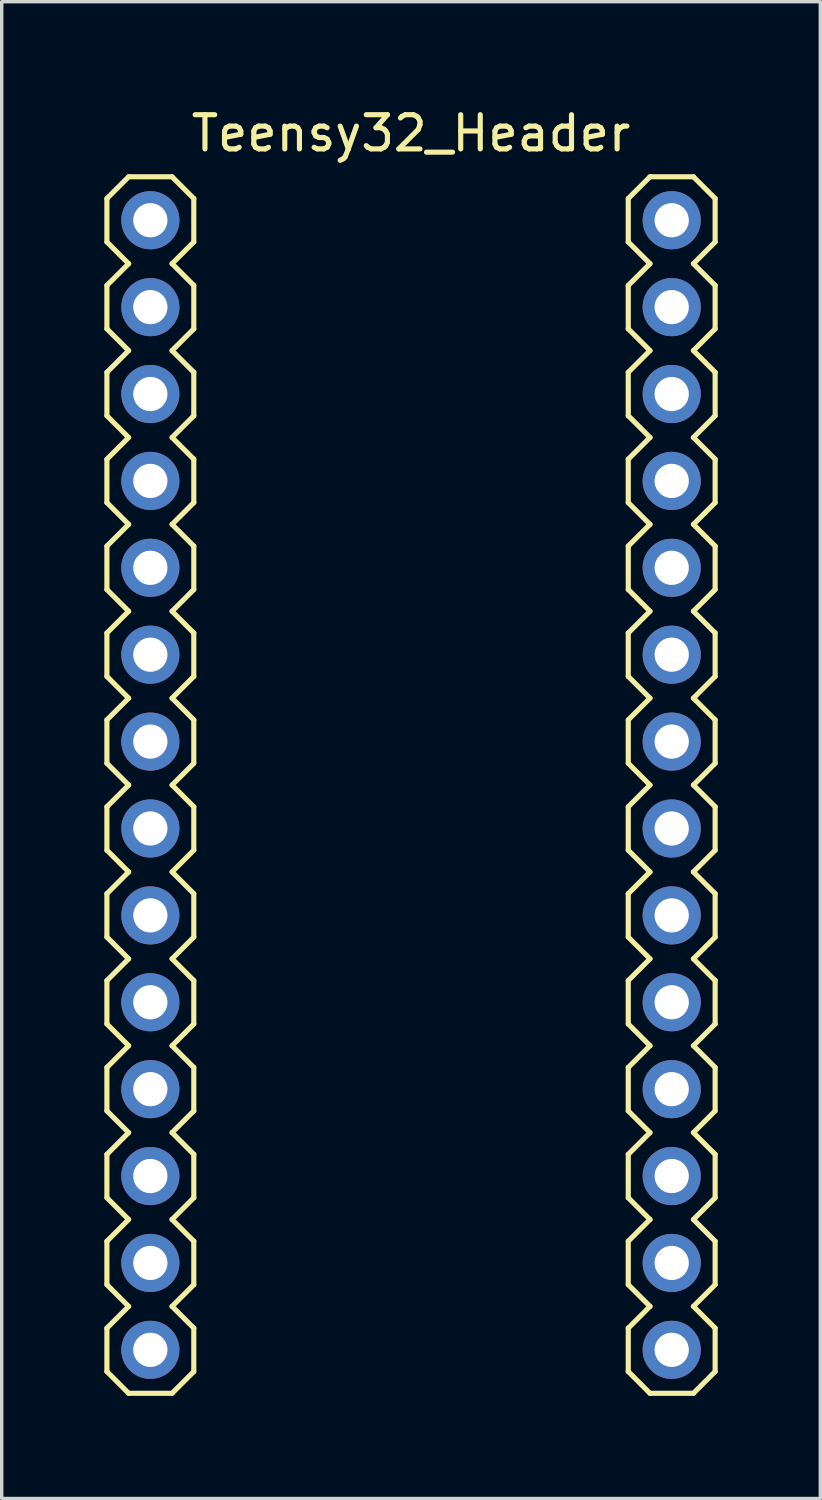
<source format=kicad_pcb>
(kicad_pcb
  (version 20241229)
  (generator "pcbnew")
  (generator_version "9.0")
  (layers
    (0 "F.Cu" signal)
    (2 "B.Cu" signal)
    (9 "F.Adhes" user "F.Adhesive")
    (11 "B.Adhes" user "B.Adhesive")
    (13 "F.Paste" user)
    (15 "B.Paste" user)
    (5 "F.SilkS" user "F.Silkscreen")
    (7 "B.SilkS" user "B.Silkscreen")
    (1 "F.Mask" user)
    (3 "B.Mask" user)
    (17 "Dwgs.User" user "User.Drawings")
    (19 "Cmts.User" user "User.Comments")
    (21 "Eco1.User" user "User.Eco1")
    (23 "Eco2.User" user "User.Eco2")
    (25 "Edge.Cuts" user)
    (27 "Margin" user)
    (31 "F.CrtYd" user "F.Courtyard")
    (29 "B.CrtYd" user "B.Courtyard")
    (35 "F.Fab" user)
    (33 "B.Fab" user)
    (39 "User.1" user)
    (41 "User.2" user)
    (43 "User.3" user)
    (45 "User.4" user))
  (footprint "Teensy32_Header"
    (layer "F.Cu")
    (at 8.965 3.388)
    (property "Reference" "Teensy32_Header" (at 0 -2.54 0) (layer "F.SilkS") (effects (font (size 1 1) (thickness 0.15))))
    (attr through_hole)
    (fp_line (start -8.89 -0.635) (end -8.89 0.635) (stroke (width 0.15) (type solid)) (layer "F.SilkS"))
    (fp_line (start -8.89 0.635) (end -8.255 1.27) (stroke (width 0.15) (type solid)) (layer "F.SilkS"))
    (fp_line (start -8.89 1.905) (end -8.89 3.175) (stroke (width 0.15) (type solid)) (layer "F.SilkS"))
    (fp_line (start -8.89 3.175) (end -8.255 3.81) (stroke (width 0.15) (type solid)) (layer "F.SilkS"))
    (fp_line (start -8.89 4.445) (end -8.89 5.715) (stroke (width 0.15) (type solid)) (layer "F.SilkS"))
    (fp_line (start -8.89 5.715) (end -8.255 6.35) (stroke (width 0.15) (type solid)) (layer "F.SilkS"))
    (fp_line (start -8.89 6.985) (end -8.89 8.255) (stroke (width 0.15) (type solid)) (layer "F.SilkS"))
    (fp_line (start -8.89 8.255) (end -8.255 8.89) (stroke (width 0.15) (type solid)) (layer "F.SilkS"))
    (fp_line (start -8.89 9.525) (end -8.89 10.795) (stroke (width 0.15) (type solid)) (layer "F.SilkS"))
    (fp_line (start -8.89 10.795) (end -8.255 11.43) (stroke (width 0.15) (type solid)) (layer "F.SilkS"))
    (fp_line (start -8.89 12.065) (end -8.89 13.335) (stroke (width 0.15) (type solid)) (layer "F.SilkS"))
    (fp_line (start -8.89 13.335) (end -8.255 13.97) (stroke (width 0.15) (type solid)) (layer "F.SilkS"))
    (fp_line (start -8.89 14.605) (end -8.89 15.875) (stroke (width 0.15) (type solid)) (layer "F.SilkS"))
    (fp_line (start -8.89 15.875) (end -8.255 16.51) (stroke (width 0.15) (type solid)) (layer "F.SilkS"))
    (fp_line (start -8.89 17.145) (end -8.89 18.415) (stroke (width 0.15) (type solid)) (layer "F.SilkS"))
    (fp_line (start -8.89 18.415) (end -8.255 19.05) (stroke (width 0.15) (type solid)) (layer "F.SilkS"))
    (fp_line (start -8.89 19.685) (end -8.89 20.955) (stroke (width 0.15) (type solid)) (layer "F.SilkS"))
    (fp_line (start -8.89 20.955) (end -8.255 21.59) (stroke (width 0.15) (type solid)) (layer "F.SilkS"))
    (fp_line (start -8.89 22.225) (end -8.89 23.495) (stroke (width 0.15) (type solid)) (layer "F.SilkS"))
    (fp_line (start -8.89 23.495) (end -8.255 24.13) (stroke (width 0.15) (type solid)) (layer "F.SilkS"))
    (fp_line (start -8.89 24.765) (end -8.89 26.035) (stroke (width 0.15) (type solid)) (layer "F.SilkS"))
    (fp_line (start -8.89 26.035) (end -8.255 26.67) (stroke (width 0.15) (type solid)) (layer "F.SilkS"))
    (fp_line (start -8.89 27.305) (end -8.89 28.575) (stroke (width 0.15) (type solid)) (layer "F.SilkS"))
    (fp_line (start -8.89 28.575) (end -8.255 29.21) (stroke (width 0.15) (type solid)) (layer "F.SilkS"))
    (fp_line (start -8.89 29.845) (end -8.89 31.115) (stroke (width 0.15) (type solid)) (layer "F.SilkS"))
    (fp_line (start -8.89 31.115) (end -8.255 31.75) (stroke (width 0.15) (type solid)) (layer "F.SilkS"))
    (fp_line (start -8.89 32.385) (end -8.89 33.655) (stroke (width 0.15) (type solid)) (layer "F.SilkS"))
    (fp_line (start -8.89 33.655) (end -8.255 34.29) (stroke (width 0.15) (type solid)) (layer "F.SilkS"))
    (fp_line (start -8.255 -1.27) (end -8.89 -0.635) (stroke (width 0.15) (type solid)) (layer "F.SilkS"))
    (fp_line (start -8.255 1.27) (end -8.89 1.905) (stroke (width 0.15) (type solid)) (layer "F.SilkS"))
    (fp_line (start -8.255 3.81) (end -8.89 4.445) (stroke (width 0.15) (type solid)) (layer "F.SilkS"))
    (fp_line (start -8.255 6.35) (end -8.89 6.985) (stroke (width 0.15) (type solid)) (layer "F.SilkS"))
    (fp_line (start -8.255 8.89) (end -8.89 9.525) (stroke (width 0.15) (type solid)) (layer "F.SilkS"))
    (fp_line (start -8.255 11.43) (end -8.89 12.065) (stroke (width 0.15) (type solid)) (layer "F.SilkS"))
    (fp_line (start -8.255 13.97) (end -8.89 14.605) (stroke (width 0.15) (type solid)) (layer "F.SilkS"))
    (fp_line (start -8.255 16.51) (end -8.89 17.145) (stroke (width 0.15) (type solid)) (layer "F.SilkS"))
    (fp_line (start -8.255 19.05) (end -8.89 19.685) (stroke (width 0.15) (type solid)) (layer "F.SilkS"))
    (fp_line (start -8.255 21.59) (end -8.89 22.225) (stroke (width 0.15) (type solid)) (layer "F.SilkS"))
    (fp_line (start -8.255 24.13) (end -8.89 24.765) (stroke (width 0.15) (type solid)) (layer "F.SilkS"))
    (fp_line (start -8.255 26.67) (end -8.89 27.305) (stroke (width 0.15) (type solid)) (layer "F.SilkS"))
    (fp_line (start -8.255 29.21) (end -8.89 29.845) (stroke (width 0.15) (type solid)) (layer "F.SilkS"))
    (fp_line (start -8.255 31.75) (end -8.89 32.385) (stroke (width 0.15) (type solid)) (layer "F.SilkS"))
    (fp_line (start -8.255 34.29) (end -6.985 34.29) (stroke (width 0.15) (type solid)) (layer "F.SilkS"))
    (fp_line (start -6.985 -1.27) (end -8.255 -1.27) (stroke (width 0.15) (type solid)) (layer "F.SilkS"))
    (fp_line (start -6.985 1.27) (end -6.35 0.635) (stroke (width 0.15) (type solid)) (layer "F.SilkS"))
    (fp_line (start -6.985 3.81) (end -6.35 3.175) (stroke (width 0.15) (type solid)) (layer "F.SilkS"))
    (fp_line (start -6.985 6.35) (end -6.35 5.715) (stroke (width 0.15) (type solid)) (layer "F.SilkS"))
    (fp_line (start -6.985 8.89) (end -6.35 8.255) (stroke (width 0.15) (type solid)) (layer "F.SilkS"))
    (fp_line (start -6.985 11.43) (end -6.35 10.795) (stroke (width 0.15) (type solid)) (layer "F.SilkS"))
    (fp_line (start -6.985 13.97) (end -6.35 13.335) (stroke (width 0.15) (type solid)) (layer "F.SilkS"))
    (fp_line (start -6.985 16.51) (end -6.35 15.875) (stroke (width 0.15) (type solid)) (layer "F.SilkS"))
    (fp_line (start -6.985 19.05) (end -6.35 18.415) (stroke (width 0.15) (type solid)) (layer "F.SilkS"))
    (fp_line (start -6.985 21.59) (end -6.35 20.955) (stroke (width 0.15) (type solid)) (layer "F.SilkS"))
    (fp_line (start -6.985 26.67) (end -6.35 26.035) (stroke (width 0.15) (type solid)) (layer "F.SilkS"))
    (fp_line (start -6.985 29.21) (end -6.35 28.575) (stroke (width 0.15) (type solid)) (layer "F.SilkS"))
    (fp_line (start -6.985 31.75) (end -6.35 31.115) (stroke (width 0.15) (type solid)) (layer "F.SilkS"))
    (fp_line (start -6.985 34.29) (end -6.35 33.655) (stroke (width 0.15) (type solid)) (layer "F.SilkS"))
    (fp_line (start -6.35 -0.635) (end -6.985 -1.27) (stroke (width 0.15) (type solid)) (layer "F.SilkS"))
    (fp_line (start -6.35 0.635) (end -6.35 -0.635) (stroke (width 0.15) (type solid)) (layer "F.SilkS"))
    (fp_line (start -6.35 1.905) (end -6.985 1.27) (stroke (width 0.15) (type solid)) (layer "F.SilkS"))
    (fp_line (start -6.35 3.175) (end -6.35 1.905) (stroke (width 0.15) (type solid)) (layer "F.SilkS"))
    (fp_line (start -6.35 4.445) (end -6.985 3.81) (stroke (width 0.15) (type solid)) (layer "F.SilkS"))
    (fp_line (start -6.35 5.715) (end -6.35 4.445) (stroke (width 0.15) (type solid)) (layer "F.SilkS"))
    (fp_line (start -6.35 6.985) (end -6.985 6.35) (stroke (width 0.15) (type solid)) (layer "F.SilkS"))
    (fp_line (start -6.35 8.255) (end -6.35 6.985) (stroke (width 0.15) (type solid)) (layer "F.SilkS"))
    (fp_line (start -6.35 9.525) (end -6.985 8.89) (stroke (width 0.15) (type solid)) (layer "F.SilkS"))
    (fp_line (start -6.35 10.795) (end -6.35 9.525) (stroke (width 0.15) (type solid)) (layer "F.SilkS"))
    (fp_line (start -6.35 12.065) (end -6.985 11.43) (stroke (width 0.15) (type solid)) (layer "F.SilkS"))
    (fp_line (start -6.35 13.335) (end -6.35 12.065) (stroke (width 0.15) (type solid)) (layer "F.SilkS"))
    (fp_line (start -6.35 14.605) (end -6.985 13.97) (stroke (width 0.15) (type solid)) (layer "F.SilkS"))
    (fp_line (start -6.35 15.875) (end -6.35 14.605) (stroke (width 0.15) (type solid)) (layer "F.SilkS"))
    (fp_line (start -6.35 17.145) (end -6.985 16.51) (stroke (width 0.15) (type solid)) (layer "F.SilkS"))
    (fp_line (start -6.35 18.415) (end -6.35 17.145) (stroke (width 0.15) (type solid)) (layer "F.SilkS"))
    (fp_line (start -6.35 19.685) (end -6.985 19.05) (stroke (width 0.15) (type solid)) (layer "F.SilkS"))
    (fp_line (start -6.35 20.955) (end -6.35 19.685) (stroke (width 0.15) (type solid)) (layer "F.SilkS"))
    (fp_line (start -6.35 22.225) (end -6.985 21.59) (stroke (width 0.15) (type solid)) (layer "F.SilkS"))
    (fp_line (start -6.35 23.495) (end -6.985 24.13) (stroke (width 0.15) (type solid)) (layer "F.SilkS"))
    (fp_line (start -6.35 23.495) (end -6.35 22.225) (stroke (width 0.15) (type solid)) (layer "F.SilkS"))
    (fp_line (start -6.35 24.765) (end -6.985 24.13) (stroke (width 0.15) (type solid)) (layer "F.SilkS"))
    (fp_line (start -6.35 26.035) (end -6.35 24.765) (stroke (width 0.15) (type solid)) (layer "F.SilkS"))
    (fp_line (start -6.35 27.305) (end -6.985 26.67) (stroke (width 0.15) (type solid)) (layer "F.SilkS"))
    (fp_line (start -6.35 28.575) (end -6.35 27.305) (stroke (width 0.15) (type solid)) (layer "F.SilkS"))
    (fp_line (start -6.35 29.845) (end -6.985 29.21) (stroke (width 0.15) (type solid)) (layer "F.SilkS"))
    (fp_line (start -6.35 31.115) (end -6.35 29.845) (stroke (width 0.15) (type solid)) (layer "F.SilkS"))
    (fp_line (start -6.35 32.385) (end -6.985 31.75) (stroke (width 0.15) (type solid)) (layer "F.SilkS"))
    (fp_line (start -6.35 33.655) (end -6.35 32.385) (stroke (width 0.15) (type solid)) (layer "F.SilkS"))
    (fp_line (start 6.35 -0.635) (end 6.35 0.635) (stroke (width 0.15) (type solid)) (layer "F.SilkS"))
    (fp_line (start 6.35 0.635) (end 6.985 1.27) (stroke (width 0.15) (type solid)) (layer "F.SilkS"))
    (fp_line (start 6.35 1.905) (end 6.35 3.175) (stroke (width 0.15) (type solid)) (layer "F.SilkS"))
    (fp_line (start 6.35 3.175) (end 6.985 3.81) (stroke (width 0.15) (type solid)) (layer "F.SilkS"))
    (fp_line (start 6.35 4.445) (end 6.35 5.715) (stroke (width 0.15) (type solid)) (layer "F.SilkS"))
    (fp_line (start 6.35 5.715) (end 6.985 6.35) (stroke (width 0.15) (type solid)) (layer "F.SilkS"))
    (fp_line (start 6.35 6.985) (end 6.35 8.255) (stroke (width 0.15) (type solid)) (layer "F.SilkS"))
    (fp_line (start 6.35 8.255) (end 6.985 8.89) (stroke (width 0.15) (type solid)) (layer "F.SilkS"))
    (fp_line (start 6.35 9.525) (end 6.35 10.795) (stroke (width 0.15) (type solid)) (layer "F.SilkS"))
    (fp_line (start 6.35 10.795) (end 6.985 11.43) (stroke (width 0.15) (type solid)) (layer "F.SilkS"))
    (fp_line (start 6.35 12.065) (end 6.35 13.335) (stroke (width 0.15) (type solid)) (layer "F.SilkS"))
    (fp_line (start 6.35 13.335) (end 6.985 13.97) (stroke (width 0.15) (type solid)) (layer "F.SilkS"))
    (fp_line (start 6.35 14.605) (end 6.35 15.875) (stroke (width 0.15) (type solid)) (layer "F.SilkS"))
    (fp_line (start 6.35 15.875) (end 6.985 16.51) (stroke (width 0.15) (type solid)) (layer "F.SilkS"))
    (fp_line (start 6.35 17.145) (end 6.35 18.415) (stroke (width 0.15) (type solid)) (layer "F.SilkS"))
    (fp_line (start 6.35 18.415) (end 6.985 19.05) (stroke (width 0.15) (type solid)) (layer "F.SilkS"))
    (fp_line (start 6.35 19.685) (end 6.35 20.955) (stroke (width 0.15) (type solid)) (layer "F.SilkS"))
    (fp_line (start 6.35 20.955) (end 6.985 21.59) (stroke (width 0.15) (type solid)) (layer "F.SilkS"))
    (fp_line (start 6.35 22.225) (end 6.35 23.495) (stroke (width 0.15) (type solid)) (layer "F.SilkS"))
    (fp_line (start 6.35 23.495) (end 6.985 24.13) (stroke (width 0.15) (type solid)) (layer "F.SilkS"))
    (fp_line (start 6.35 24.765) (end 6.35 26.035) (stroke (width 0.15) (type solid)) (layer "F.SilkS"))
    (fp_line (start 6.35 26.035) (end 6.985 26.67) (stroke (width 0.15) (type solid)) (layer "F.SilkS"))
    (fp_line (start 6.35 27.305) (end 6.35 28.575) (stroke (width 0.15) (type solid)) (layer "F.SilkS"))
    (fp_line (start 6.35 28.575) (end 6.985 29.21) (stroke (width 0.15) (type solid)) (layer "F.SilkS"))
    (fp_line (start 6.35 29.845) (end 6.35 31.115) (stroke (width 0.15) (type solid)) (layer "F.SilkS"))
    (fp_line (start 6.35 31.115) (end 6.985 31.75) (stroke (width 0.15) (type solid)) (layer "F.SilkS"))
    (fp_line (start 6.35 32.385) (end 6.35 33.655) (stroke (width 0.15) (type solid)) (layer "F.SilkS"))
    (fp_line (start 6.35 33.655) (end 6.985 34.29) (stroke (width 0.15) (type solid)) (layer "F.SilkS"))
    (fp_line (start 6.985 -1.27) (end 6.35 -0.635) (stroke (width 0.15) (type solid)) (layer "F.SilkS"))
    (fp_line (start 6.985 1.27) (end 6.35 1.905) (stroke (width 0.15) (type solid)) (layer "F.SilkS"))
    (fp_line (start 6.985 3.81) (end 6.35 4.445) (stroke (width 0.15) (type solid)) (layer "F.SilkS"))
    (fp_line (start 6.985 6.35) (end 6.35 6.985) (stroke (width 0.15) (type solid)) (layer "F.SilkS"))
    (fp_line (start 6.985 8.89) (end 6.35 9.525) (stroke (width 0.15) (type solid)) (layer "F.SilkS"))
    (fp_line (start 6.985 11.43) (end 6.35 12.065) (stroke (width 0.15) (type solid)) (layer "F.SilkS"))
    (fp_line (start 6.985 13.97) (end 6.35 14.605) (stroke (width 0.15) (type solid)) (layer "F.SilkS"))
    (fp_line (start 6.985 16.51) (end 6.35 17.145) (stroke (width 0.15) (type solid)) (layer "F.SilkS"))
    (fp_line (start 6.985 19.05) (end 6.35 19.685) (stroke (width 0.15) (type solid)) (layer "F.SilkS"))
    (fp_line (start 6.985 21.59) (end 6.35 22.225) (stroke (width 0.15) (type solid)) (layer "F.SilkS"))
    (fp_line (start 6.985 24.13) (end 6.35 24.765) (stroke (width 0.15) (type solid)) (layer "F.SilkS"))
    (fp_line (start 6.985 26.67) (end 6.35 27.305) (stroke (width 0.15) (type solid)) (layer "F.SilkS"))
    (fp_line (start 6.985 29.21) (end 6.35 29.845) (stroke (width 0.15) (type solid)) (layer "F.SilkS"))
    (fp_line (start 6.985 31.75) (end 6.35 32.385) (stroke (width 0.15) (type solid)) (layer "F.SilkS"))
    (fp_line (start 6.985 34.29) (end 8.255 34.29) (stroke (width 0.15) (type solid)) (layer "F.SilkS"))
    (fp_line (start 8.255 -1.27) (end 6.985 -1.27) (stroke (width 0.15) (type solid)) (layer "F.SilkS"))
    (fp_line (start 8.255 1.27) (end 8.89 0.635) (stroke (width 0.15) (type solid)) (layer "F.SilkS"))
    (fp_line (start 8.255 3.81) (end 8.89 3.175) (stroke (width 0.15) (type solid)) (layer "F.SilkS"))
    (fp_line (start 8.255 6.35) (end 8.89 5.715) (stroke (width 0.15) (type solid)) (layer "F.SilkS"))
    (fp_line (start 8.255 8.89) (end 8.89 8.255) (stroke (width 0.15) (type solid)) (layer "F.SilkS"))
    (fp_line (start 8.255 11.43) (end 8.89 10.795) (stroke (width 0.15) (type solid)) (layer "F.SilkS"))
    (fp_line (start 8.255 13.97) (end 8.89 13.335) (stroke (width 0.15) (type solid)) (layer "F.SilkS"))
    (fp_line (start 8.255 16.51) (end 8.89 15.875) (stroke (width 0.15) (type solid)) (layer "F.SilkS"))
    (fp_line (start 8.255 19.05) (end 8.89 18.415) (stroke (width 0.15) (type solid)) (layer "F.SilkS"))
    (fp_line (start 8.255 21.59) (end 8.89 20.955) (stroke (width 0.15) (type solid)) (layer "F.SilkS"))
    (fp_line (start 8.255 26.67) (end 8.89 26.035) (stroke (width 0.15) (type solid)) (layer "F.SilkS"))
    (fp_line (start 8.255 29.21) (end 8.89 28.575) (stroke (width 0.15) (type solid)) (layer "F.SilkS"))
    (fp_line (start 8.255 31.75) (end 8.89 31.115) (stroke (width 0.15) (type solid)) (layer "F.SilkS"))
    (fp_line (start 8.255 34.29) (end 8.89 33.655) (stroke (width 0.15) (type solid)) (layer "F.SilkS"))
    (fp_line (start 8.89 -0.635) (end 8.255 -1.27) (stroke (width 0.15) (type solid)) (layer "F.SilkS"))
    (fp_line (start 8.89 0.635) (end 8.89 -0.635) (stroke (width 0.15) (type solid)) (layer "F.SilkS"))
    (fp_line (start 8.89 1.905) (end 8.255 1.27) (stroke (width 0.15) (type solid)) (layer "F.SilkS"))
    (fp_line (start 8.89 3.175) (end 8.89 1.905) (stroke (width 0.15) (type solid)) (layer "F.SilkS"))
    (fp_line (start 8.89 4.445) (end 8.255 3.81) (stroke (width 0.15) (type solid)) (layer "F.SilkS"))
    (fp_line (start 8.89 5.715) (end 8.89 4.445) (stroke (width 0.15) (type solid)) (layer "F.SilkS"))
    (fp_line (start 8.89 6.985) (end 8.255 6.35) (stroke (width 0.15) (type solid)) (layer "F.SilkS"))
    (fp_line (start 8.89 8.255) (end 8.89 6.985) (stroke (width 0.15) (type solid)) (layer "F.SilkS"))
    (fp_line (start 8.89 9.525) (end 8.255 8.89) (stroke (width 0.15) (type solid)) (layer "F.SilkS"))
    (fp_line (start 8.89 10.795) (end 8.89 9.525) (stroke (width 0.15) (type solid)) (layer "F.SilkS"))
    (fp_line (start 8.89 12.065) (end 8.255 11.43) (stroke (width 0.15) (type solid)) (layer "F.SilkS"))
    (fp_line (start 8.89 13.335) (end 8.89 12.065) (stroke (width 0.15) (type solid)) (layer "F.SilkS"))
    (fp_line (start 8.89 14.605) (end 8.255 13.97) (stroke (width 0.15) (type solid)) (layer "F.SilkS"))
    (fp_line (start 8.89 15.875) (end 8.89 14.605) (stroke (width 0.15) (type solid)) (layer "F.SilkS"))
    (fp_line (start 8.89 17.145) (end 8.255 16.51) (stroke (width 0.15) (type solid)) (layer "F.SilkS"))
    (fp_line (start 8.89 18.415) (end 8.89 17.145) (stroke (width 0.15) (type solid)) (layer "F.SilkS"))
    (fp_line (start 8.89 19.685) (end 8.255 19.05) (stroke (width 0.15) (type solid)) (layer "F.SilkS"))
    (fp_line (start 8.89 20.955) (end 8.89 19.685) (stroke (width 0.15) (type solid)) (layer "F.SilkS"))
    (fp_line (start 8.89 22.225) (end 8.255 21.59) (stroke (width 0.15) (type solid)) (layer "F.SilkS"))
    (fp_line (start 8.89 23.495) (end 8.255 24.13) (stroke (width 0.15) (type solid)) (layer "F.SilkS"))
    (fp_line (start 8.89 23.495) (end 8.89 22.225) (stroke (width 0.15) (type solid)) (layer "F.SilkS"))
    (fp_line (start 8.89 24.765) (end 8.255 24.13) (stroke (width 0.15) (type solid)) (layer "F.SilkS"))
    (fp_line (start 8.89 26.035) (end 8.89 24.765) (stroke (width 0.15) (type solid)) (layer "F.SilkS"))
    (fp_line (start 8.89 27.305) (end 8.255 26.67) (stroke (width 0.15) (type solid)) (layer "F.SilkS"))
    (fp_line (start 8.89 28.575) (end 8.89 27.305) (stroke (width 0.15) (type solid)) (layer "F.SilkS"))
    (fp_line (start 8.89 29.845) (end 8.255 29.21) (stroke (width 0.15) (type solid)) (layer "F.SilkS"))
    (fp_line (start 8.89 31.115) (end 8.89 29.845) (stroke (width 0.15) (type solid)) (layer "F.SilkS"))
    (fp_line (start 8.89 32.385) (end 8.255 31.75) (stroke (width 0.15) (type solid)) (layer "F.SilkS"))
    (fp_line (start 8.89 33.655) (end 8.89 32.385) (stroke (width 0.15) (type solid)) (layer "F.SilkS"))
    (pad "1" thru_hole oval (at -7.62 0) (size 1.7 1.7) (drill 1) (layers "*.Cu" "*.Mask"))
    (pad "2" thru_hole oval (at -7.62 2.54) (size 1.7 1.7) (drill 1) (layers "*.Cu" "*.Mask"))
    (pad "3" thru_hole oval (at -7.62 5.08) (size 1.7 1.7) (drill 1) (layers "*.Cu" "*.Mask"))
    (pad "4" thru_hole oval (at -7.62 7.62) (size 1.7 1.7) (drill 1) (layers "*.Cu" "*.Mask"))
    (pad "5" thru_hole oval (at -7.62 10.16) (size 1.7 1.7) (drill 1) (layers "*.Cu" "*.Mask"))
    (pad "6" thru_hole oval (at -7.62 12.7) (size 1.7 1.7) (drill 1) (layers "*.Cu" "*.Mask"))
    (pad "7" thru_hole oval (at -7.62 15.24) (size 1.7 1.7) (drill 1) (layers "*.Cu" "*.Mask"))
    (pad "8" thru_hole oval (at -7.62 17.78) (size 1.7 1.7) (drill 1) (layers "*.Cu" "*.Mask"))
    (pad "9" thru_hole oval (at -7.62 20.32) (size 1.7 1.7) (drill 1) (layers "*.Cu" "*.Mask"))
    (pad "10" thru_hole oval (at -7.62 22.86) (size 1.7 1.7) (drill 1) (layers "*.Cu" "*.Mask"))
    (pad "11" thru_hole oval (at -7.62 25.4) (size 1.7 1.7) (drill 1) (layers "*.Cu" "*.Mask"))
    (pad "12" thru_hole oval (at -7.62 27.94) (size 1.7 1.7) (drill 1) (layers "*.Cu" "*.Mask"))
    (pad "13" thru_hole oval (at -7.62 30.48) (size 1.7 1.7) (drill 1) (layers "*.Cu" "*.Mask"))
    (pad "14" thru_hole oval (at -7.62 33.02) (size 1.7 1.7) (drill 1) (layers "*.Cu" "*.Mask"))
    (pad "15" thru_hole oval (at 7.62 33.02) (size 1.7 1.7) (drill 1) (layers "*.Cu" "*.Mask"))
    (pad "16" thru_hole oval (at 7.62 30.48) (size 1.7 1.7) (drill 1) (layers "*.Cu" "*.Mask"))
    (pad "17" thru_hole oval (at 7.62 27.94) (size 1.7 1.7) (drill 1) (layers "*.Cu" "*.Mask"))
    (pad "18" thru_hole oval (at 7.62 25.4) (size 1.7 1.7) (drill 1) (layers "*.Cu" "*.Mask"))
    (pad "19" thru_hole oval (at 7.62 22.86) (size 1.7 1.7) (drill 1) (layers "*.Cu" "*.Mask"))
    (pad "20" thru_hole oval (at 7.62 20.32) (size 1.7 1.7) (drill 1) (layers "*.Cu" "*.Mask"))
    (pad "21" thru_hole oval (at 7.62 17.78) (size 1.7 1.7) (drill 1) (layers "*.Cu" "*.Mask"))
    (pad "22" thru_hole oval (at 7.62 15.24) (size 1.7 1.7) (drill 1) (layers "*.Cu" "*.Mask"))
    (pad "23" thru_hole oval (at 7.62 12.7) (size 1.7 1.7) (drill 1) (layers "*.Cu" "*.Mask"))
    (pad "24" thru_hole oval (at 7.62 10.16) (size 1.7 1.7) (drill 1) (layers "*.Cu" "*.Mask"))
    (pad "25" thru_hole oval (at 7.62 7.62) (size 1.7 1.7) (drill 1) (layers "*.Cu" "*.Mask"))
    (pad "26" thru_hole oval (at 7.62 5.08) (size 1.7 1.7) (drill 1) (layers "*.Cu" "*.Mask"))
    (pad "27" thru_hole oval (at 7.62 2.54) (size 1.7 1.7) (drill 1) (layers "*.Cu" "*.Mask"))
    (pad "28" thru_hole oval (at 7.62 0) (size 1.7 1.7) (drill 1) (layers "*.Cu" "*.Mask")))
  (gr_rect
    (start -3 -3)
    (end 20.93 40.753)
    (stroke (width 0.1) (type default))
    (fill no)
    (layer "Edge.Cuts")))
</source>
